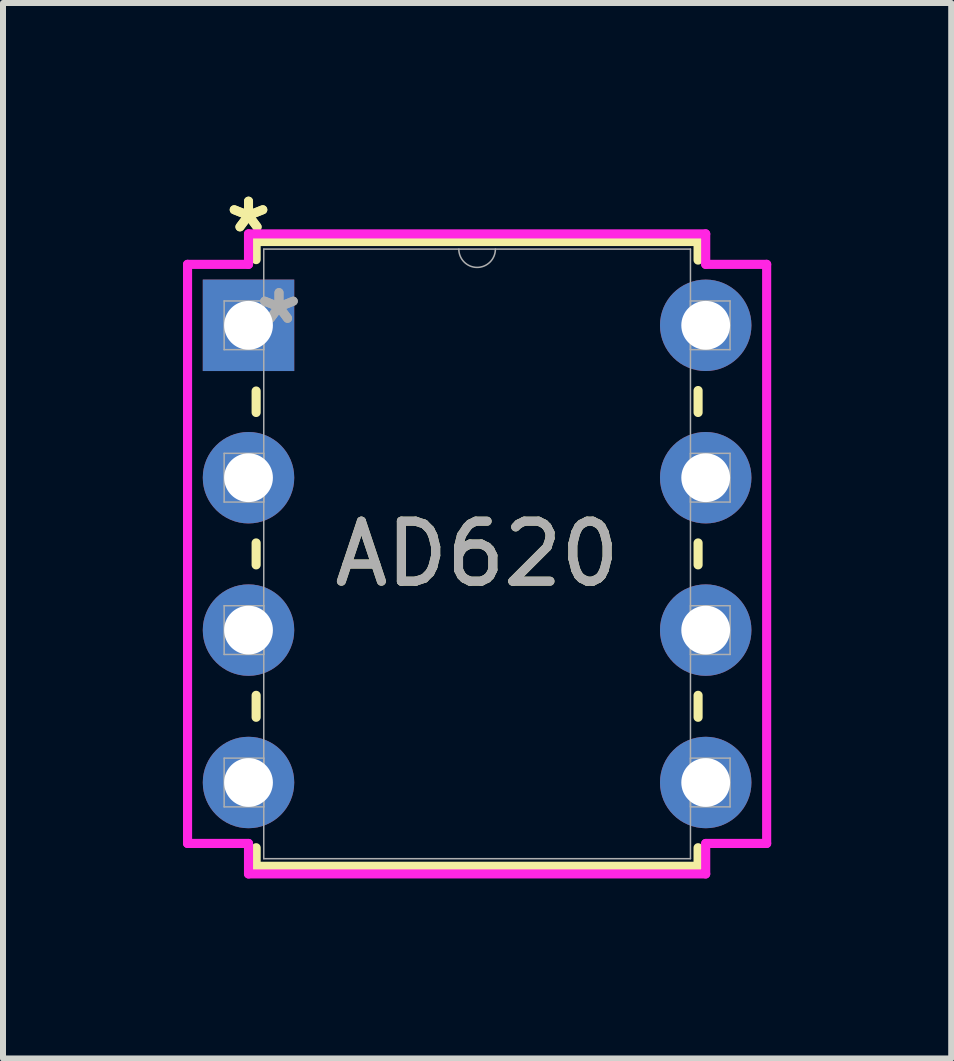
<source format=kicad_pcb>
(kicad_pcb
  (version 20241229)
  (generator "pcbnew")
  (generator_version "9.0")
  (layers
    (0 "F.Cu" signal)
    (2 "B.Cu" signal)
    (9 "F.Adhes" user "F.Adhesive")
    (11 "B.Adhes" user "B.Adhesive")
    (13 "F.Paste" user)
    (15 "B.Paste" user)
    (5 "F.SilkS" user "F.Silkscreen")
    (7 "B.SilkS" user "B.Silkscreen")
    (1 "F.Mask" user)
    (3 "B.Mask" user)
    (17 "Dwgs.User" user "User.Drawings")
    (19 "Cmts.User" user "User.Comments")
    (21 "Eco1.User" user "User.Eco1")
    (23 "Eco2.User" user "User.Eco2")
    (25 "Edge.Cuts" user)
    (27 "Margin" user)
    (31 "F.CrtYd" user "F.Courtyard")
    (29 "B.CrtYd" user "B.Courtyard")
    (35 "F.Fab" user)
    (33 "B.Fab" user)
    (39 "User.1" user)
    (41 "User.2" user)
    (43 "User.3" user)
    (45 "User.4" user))
  (footprint "AD620"
    (layer "F.Cu")
    (at 1.092 2.372)
    (property "Reference" "AD620" (at 3.81 3.81 0) (unlocked yes) (layer "F.SilkS") (effects (font (size 1 1) (thickness 0.15))))
    (attr through_hole)
    (fp_line (start 0.127 -1.397) (end 0.127 -1.095) (stroke (width 0.152) (type solid)) (layer "F.SilkS"))
    (fp_line (start 0.127 1.095) (end 0.127 1.453) (stroke (width 0.152) (type solid)) (layer "F.SilkS"))
    (fp_line (start 0.127 3.627) (end 0.127 3.993) (stroke (width 0.152) (type solid)) (layer "F.SilkS"))
    (fp_line (start 0.127 6.167) (end 0.127 6.533) (stroke (width 0.152) (type solid)) (layer "F.SilkS"))
    (fp_line (start 0.127 8.707) (end 0.127 9.017) (stroke (width 0.152) (type solid)) (layer "F.SilkS"))
    (fp_line (start 0.127 9.017) (end 7.493 9.017) (stroke (width 0.152) (type solid)) (layer "F.SilkS"))
    (fp_line (start 7.493 -1.397) (end 0.127 -1.397) (stroke (width 0.152) (type solid)) (layer "F.SilkS"))
    (fp_line (start 7.493 -1.087) (end 7.493 -1.397) (stroke (width 0.152) (type solid)) (layer "F.SilkS"))
    (fp_line (start 7.493 1.453) (end 7.493 1.087) (stroke (width 0.152) (type solid)) (layer "F.SilkS"))
    (fp_line (start 7.493 3.993) (end 7.493 3.627) (stroke (width 0.152) (type solid)) (layer "F.SilkS"))
    (fp_line (start 7.493 6.533) (end 7.493 6.167) (stroke (width 0.152) (type solid)) (layer "F.SilkS"))
    (fp_line (start 7.493 9.017) (end 7.493 8.707) (stroke (width 0.152) (type solid)) (layer "F.SilkS"))
    (fp_line (start -1.016 -1.016) (end 0 -1.016) (stroke (width 0.152) (type solid)) (layer "F.CrtYd"))
    (fp_line (start -1.016 8.636) (end -1.016 -1.016) (stroke (width 0.152) (type solid)) (layer "F.CrtYd"))
    (fp_line (start 0 -1.524) (end 7.62 -1.524) (stroke (width 0.152) (type solid)) (layer "F.CrtYd"))
    (fp_line (start 0 -1.016) (end 0 -1.524) (stroke (width 0.152) (type solid)) (layer "F.CrtYd"))
    (fp_line (start 0 8.636) (end -1.016 8.636) (stroke (width 0.152) (type solid)) (layer "F.CrtYd"))
    (fp_line (start 0 9.144) (end 0 8.636) (stroke (width 0.152) (type solid)) (layer "F.CrtYd"))
    (fp_line (start 7.62 -1.524) (end 7.62 -1.016) (stroke (width 0.152) (type solid)) (layer "F.CrtYd"))
    (fp_line (start 7.62 8.636) (end 7.62 9.144) (stroke (width 0.152) (type solid)) (layer "F.CrtYd"))
    (fp_line (start 7.62 9.144) (end 0 9.144) (stroke (width 0.152) (type solid)) (layer "F.CrtYd"))
    (fp_line (start 8.636 -1.016) (end 7.62 -1.016) (stroke (width 0.152) (type solid)) (layer "F.CrtYd"))
    (fp_line (start 8.636 -1.016) (end 8.636 8.636) (stroke (width 0.152) (type solid)) (layer "F.CrtYd"))
    (fp_line (start 8.636 8.636) (end 7.62 8.636) (stroke (width 0.152) (type solid)) (layer "F.CrtYd"))
    (fp_line (start -0.406 -0.406) (end -0.406 0.406) (stroke (width 0.025) (type solid)) (layer "F.Fab"))
    (fp_line (start -0.406 0.406) (end 0.254 0.406) (stroke (width 0.025) (type solid)) (layer "F.Fab"))
    (fp_line (start -0.406 2.134) (end -0.406 2.946) (stroke (width 0.025) (type solid)) (layer "F.Fab"))
    (fp_line (start -0.406 2.946) (end 0.254 2.946) (stroke (width 0.025) (type solid)) (layer "F.Fab"))
    (fp_line (start -0.406 4.674) (end -0.406 5.486) (stroke (width 0.025) (type solid)) (layer "F.Fab"))
    (fp_line (start -0.406 5.486) (end 0.254 5.486) (stroke (width 0.025) (type solid)) (layer "F.Fab"))
    (fp_line (start -0.406 7.214) (end -0.406 8.026) (stroke (width 0.025) (type solid)) (layer "F.Fab"))
    (fp_line (start -0.406 8.026) (end 0.254 8.026) (stroke (width 0.025) (type solid)) (layer "F.Fab"))
    (fp_line (start 0.254 -1.27) (end 0.254 8.89) (stroke (width 0.025) (type solid)) (layer "F.Fab"))
    (fp_line (start 0.254 -0.406) (end -0.406 -0.406) (stroke (width 0.025) (type solid)) (layer "F.Fab"))
    (fp_line (start 0.254 0.406) (end 0.254 -0.406) (stroke (width 0.025) (type solid)) (layer "F.Fab"))
    (fp_line (start 0.254 2.134) (end -0.406 2.134) (stroke (width 0.025) (type solid)) (layer "F.Fab"))
    (fp_line (start 0.254 2.946) (end 0.254 2.134) (stroke (width 0.025) (type solid)) (layer "F.Fab"))
    (fp_line (start 0.254 4.674) (end -0.406 4.674) (stroke (width 0.025) (type solid)) (layer "F.Fab"))
    (fp_line (start 0.254 5.486) (end 0.254 4.674) (stroke (width 0.025) (type solid)) (layer "F.Fab"))
    (fp_line (start 0.254 7.214) (end -0.406 7.214) (stroke (width 0.025) (type solid)) (layer "F.Fab"))
    (fp_line (start 0.254 8.026) (end 0.254 7.214) (stroke (width 0.025) (type solid)) (layer "F.Fab"))
    (fp_line (start 0.254 8.89) (end 7.366 8.89) (stroke (width 0.025) (type solid)) (layer "F.Fab"))
    (fp_line (start 7.366 -1.27) (end 0.254 -1.27) (stroke (width 0.025) (type solid)) (layer "F.Fab"))
    (fp_line (start 7.366 -0.406) (end 7.366 0.406) (stroke (width 0.025) (type solid)) (layer "F.Fab"))
    (fp_line (start 7.366 0.406) (end 8.026 0.406) (stroke (width 0.025) (type solid)) (layer "F.Fab"))
    (fp_line (start 7.366 2.134) (end 7.366 2.946) (stroke (width 0.025) (type solid)) (layer "F.Fab"))
    (fp_line (start 7.366 2.946) (end 8.026 2.946) (stroke (width 0.025) (type solid)) (layer "F.Fab"))
    (fp_line (start 7.366 4.674) (end 7.366 5.486) (stroke (width 0.025) (type solid)) (layer "F.Fab"))
    (fp_line (start 7.366 5.486) (end 8.026 5.486) (stroke (width 0.025) (type solid)) (layer "F.Fab"))
    (fp_line (start 7.366 7.214) (end 7.366 8.026) (stroke (width 0.025) (type solid)) (layer "F.Fab"))
    (fp_line (start 7.366 8.026) (end 8.026 8.026) (stroke (width 0.025) (type solid)) (layer "F.Fab"))
    (fp_line (start 7.366 8.89) (end 7.366 -1.27) (stroke (width 0.025) (type solid)) (layer "F.Fab"))
    (fp_line (start 8.026 -0.406) (end 7.366 -0.406) (stroke (width 0.025) (type solid)) (layer "F.Fab"))
    (fp_line (start 8.026 0.406) (end 8.026 -0.406) (stroke (width 0.025) (type solid)) (layer "F.Fab"))
    (fp_line (start 8.026 2.134) (end 7.366 2.134) (stroke (width 0.025) (type solid)) (layer "F.Fab"))
    (fp_line (start 8.026 2.946) (end 8.026 2.134) (stroke (width 0.025) (type solid)) (layer "F.Fab"))
    (fp_line (start 8.026 4.674) (end 7.366 4.674) (stroke (width 0.025) (type solid)) (layer "F.Fab"))
    (fp_line (start 8.026 5.486) (end 8.026 4.674) (stroke (width 0.025) (type solid)) (layer "F.Fab"))
    (fp_line (start 8.026 7.214) (end 7.366 7.214) (stroke (width 0.025) (type solid)) (layer "F.Fab"))
    (fp_line (start 8.026 8.026) (end 8.026 7.214) (stroke (width 0.025) (type solid)) (layer "F.Fab"))
    (fp_arc (start 4.1148 -1.27) (mid 3.81 -0.9652) (end 3.5052 -1.27) (stroke (width 0.0254) (type solid)) (layer "F.Fab"))
    (fp_text user "*" (at 0 -1.524 0) (unlocked yes) (layer "F.SilkS") (effects (font (size 1 1) (thickness 0.15))))
    (fp_text user "*" (at 0 -1.524 0) (layer "F.SilkS") (effects (font (size 1 1) (thickness 0.15))))
    (fp_text user "${REFERENCE}" (at 3.81 3.81 0) (unlocked yes) (layer "F.Fab") (effects (font (size 1 1) (thickness 0.15))))
    (fp_text user "*" (at 0.508 0 0) (layer "F.Fab") (effects (font (size 1 1) (thickness 0.15))))
    (fp_text user "*" (at 0.508 0 0) (unlocked yes) (layer "F.Fab") (effects (font (size 1 1) (thickness 0.15))))
    (pad "1" thru_hole rect (at 0 0) (size 1.524 1.524) (drill 0.813) (layers "*.Cu" "*.Mask"))
    (pad "2" thru_hole circle (at 0 2.54) (size 1.524 1.524) (drill 0.813) (layers "*.Cu" "*.Mask"))
    (pad "3" thru_hole circle (at 0 5.08) (size 1.524 1.524) (drill 0.813) (layers "*.Cu" "*.Mask"))
    (pad "4" thru_hole circle (at 0 7.62) (size 1.524 1.524) (drill 0.813) (layers "*.Cu" "*.Mask"))
    (pad "5" thru_hole circle (at 7.62 7.62) (size 1.524 1.524) (drill 0.813) (layers "*.Cu" "*.Mask"))
    (pad "6" thru_hole circle (at 7.62 5.08) (size 1.524 1.524) (drill 0.813) (layers "*.Cu" "*.Mask"))
    (pad "7" thru_hole circle (at 7.62 2.54) (size 1.524 1.524) (drill 0.813) (layers "*.Cu" "*.Mask"))
    (pad "8" thru_hole circle (at 7.62 0) (size 1.524 1.524) (drill 0.813) (layers "*.Cu" "*.Mask")))
  (gr_rect
    (start -3 -3)
    (end 12.804 14.592)
    (stroke (width 0.1) (type default))
    (fill no)
    (layer "Edge.Cuts")))
</source>
